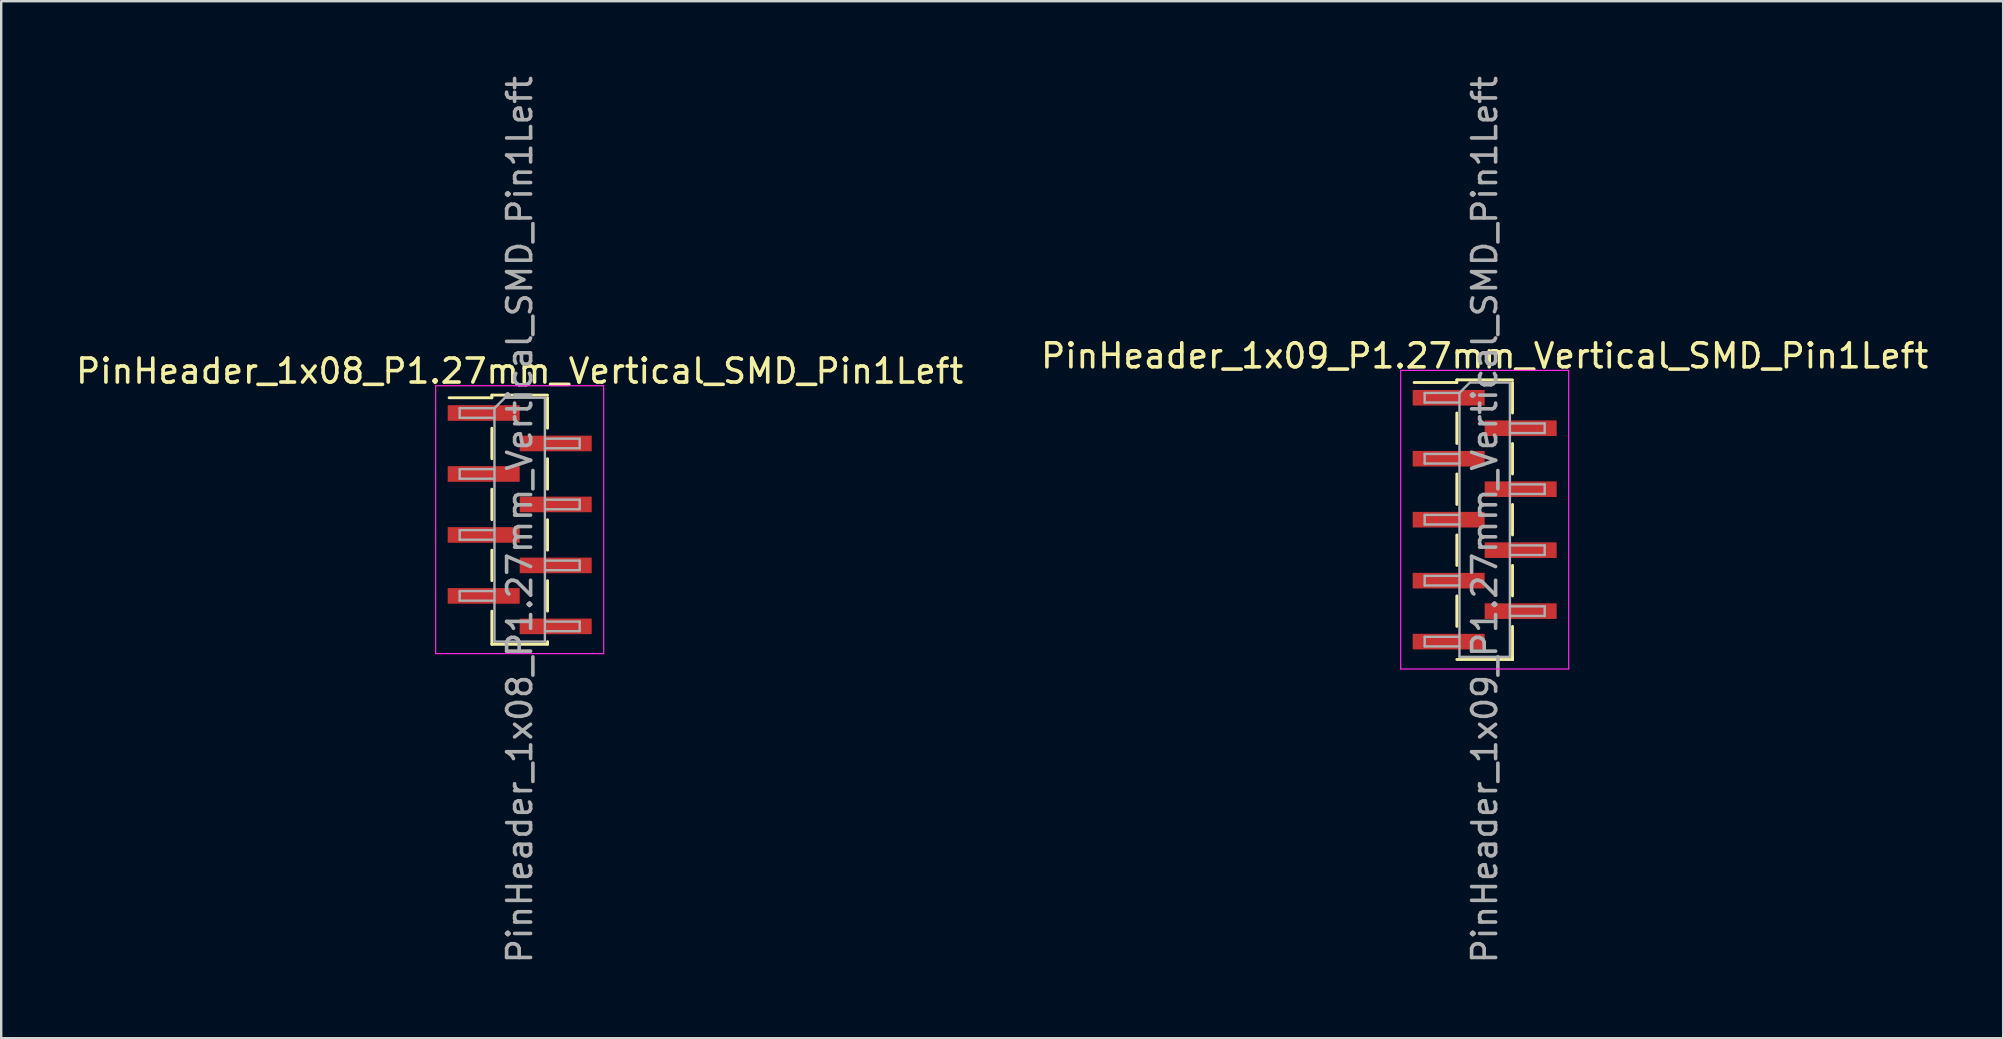
<source format=kicad_pcb>
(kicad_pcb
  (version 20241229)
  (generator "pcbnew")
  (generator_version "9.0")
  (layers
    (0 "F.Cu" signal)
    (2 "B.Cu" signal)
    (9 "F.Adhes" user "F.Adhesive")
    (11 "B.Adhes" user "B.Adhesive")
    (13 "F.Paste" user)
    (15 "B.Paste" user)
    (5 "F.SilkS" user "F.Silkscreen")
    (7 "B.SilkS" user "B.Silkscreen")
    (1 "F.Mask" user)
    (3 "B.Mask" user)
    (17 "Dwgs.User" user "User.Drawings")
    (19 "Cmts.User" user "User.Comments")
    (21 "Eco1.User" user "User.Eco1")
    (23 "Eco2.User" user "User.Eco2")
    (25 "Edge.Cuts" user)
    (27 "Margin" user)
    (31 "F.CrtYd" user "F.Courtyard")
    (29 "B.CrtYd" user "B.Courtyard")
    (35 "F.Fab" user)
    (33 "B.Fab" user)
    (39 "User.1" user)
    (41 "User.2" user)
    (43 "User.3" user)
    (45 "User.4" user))
  (footprint "PinHeader_1x08_P1.27mm_Vertical_SMD_Pin1Left"
    (layer "F.Cu")
    (at 18.601 18.601)
    (property "Reference" "PinHeader_1x08_P1.27mm_Vertical_SMD_Pin1Left" (at 0 -6.19 0) (layer "F.SilkS") (effects (font (size 1 1) (thickness 0.15))))
    (attr smd)
    (fp_line (start -1.16 -5.19) (end -1.16 -5.08) (stroke (width 0.12) (type solid)) (layer "F.SilkS"))
    (fp_line (start -1.16 -5.19) (end 1.16 -5.19) (stroke (width 0.12) (type solid)) (layer "F.SilkS"))
    (fp_line (start -1.16 -5.08) (end -2.94 -5.08) (stroke (width 0.12) (type solid)) (layer "F.SilkS"))
    (fp_line (start -1.16 -3.81) (end -1.16 -2.54) (stroke (width 0.12) (type solid)) (layer "F.SilkS"))
    (fp_line (start -1.16 -1.27) (end -1.16 0) (stroke (width 0.12) (type solid)) (layer "F.SilkS"))
    (fp_line (start -1.16 1.27) (end -1.16 2.54) (stroke (width 0.12) (type solid)) (layer "F.SilkS"))
    (fp_line (start -1.16 3.81) (end -1.16 5.19) (stroke (width 0.12) (type solid)) (layer "F.SilkS"))
    (fp_line (start -1.16 5.19) (end 1.16 5.19) (stroke (width 0.12) (type solid)) (layer "F.SilkS"))
    (fp_line (start 1.16 -5.08) (end 1.16 -3.81) (stroke (width 0.12) (type solid)) (layer "F.SilkS"))
    (fp_line (start 1.16 -2.54) (end 1.16 -1.27) (stroke (width 0.12) (type solid)) (layer "F.SilkS"))
    (fp_line (start 1.16 0) (end 1.16 1.27) (stroke (width 0.12) (type solid)) (layer "F.SilkS"))
    (fp_line (start 1.16 2.54) (end 1.16 3.81) (stroke (width 0.12) (type solid)) (layer "F.SilkS"))
    (fp_line (start 1.16 5.08) (end 1.16 5.19) (stroke (width 0.12) (type solid)) (layer "F.SilkS"))
    (fp_line (start -3.5 -5.58) (end -3.5 5.58) (stroke (width 0.05) (type solid)) (layer "F.CrtYd"))
    (fp_line (start -3.5 5.58) (end 3.5 5.58) (stroke (width 0.05) (type solid)) (layer "F.CrtYd"))
    (fp_line (start 3.5 -5.58) (end -3.5 -5.58) (stroke (width 0.05) (type solid)) (layer "F.CrtYd"))
    (fp_line (start 3.5 5.58) (end 3.5 -5.58) (stroke (width 0.05) (type solid)) (layer "F.CrtYd"))
    (fp_line (start -2.5 -4.645) (end -2.5 -4.245) (stroke (width 0.1) (type solid)) (layer "F.Fab"))
    (fp_line (start -2.5 -4.245) (end -1.05 -4.245) (stroke (width 0.1) (type solid)) (layer "F.Fab"))
    (fp_line (start -2.5 -2.105) (end -2.5 -1.705) (stroke (width 0.1) (type solid)) (layer "F.Fab"))
    (fp_line (start -2.5 -1.705) (end -1.05 -1.705) (stroke (width 0.1) (type solid)) (layer "F.Fab"))
    (fp_line (start -2.5 0.435) (end -2.5 0.835) (stroke (width 0.1) (type solid)) (layer "F.Fab"))
    (fp_line (start -2.5 0.835) (end -1.05 0.835) (stroke (width 0.1) (type solid)) (layer "F.Fab"))
    (fp_line (start -2.5 2.975) (end -2.5 3.375) (stroke (width 0.1) (type solid)) (layer "F.Fab"))
    (fp_line (start -2.5 3.375) (end -1.05 3.375) (stroke (width 0.1) (type solid)) (layer "F.Fab"))
    (fp_line (start -1.05 -4.645) (end -2.5 -4.645) (stroke (width 0.1) (type solid)) (layer "F.Fab"))
    (fp_line (start -1.05 -4.645) (end -0.615 -5.08) (stroke (width 0.1) (type solid)) (layer "F.Fab"))
    (fp_line (start -1.05 -2.105) (end -2.5 -2.105) (stroke (width 0.1) (type solid)) (layer "F.Fab"))
    (fp_line (start -1.05 0.435) (end -2.5 0.435) (stroke (width 0.1) (type solid)) (layer "F.Fab"))
    (fp_line (start -1.05 2.975) (end -2.5 2.975) (stroke (width 0.1) (type solid)) (layer "F.Fab"))
    (fp_line (start -1.05 5.08) (end -1.05 -4.645) (stroke (width 0.1) (type solid)) (layer "F.Fab"))
    (fp_line (start -0.615 -5.08) (end 1.05 -5.08) (stroke (width 0.1) (type solid)) (layer "F.Fab"))
    (fp_line (start 1.05 -5.08) (end 1.05 5.08) (stroke (width 0.1) (type solid)) (layer "F.Fab"))
    (fp_line (start 1.05 -3.375) (end 2.5 -3.375) (stroke (width 0.1) (type solid)) (layer "F.Fab"))
    (fp_line (start 1.05 -0.835) (end 2.5 -0.835) (stroke (width 0.1) (type solid)) (layer "F.Fab"))
    (fp_line (start 1.05 1.705) (end 2.5 1.705) (stroke (width 0.1) (type solid)) (layer "F.Fab"))
    (fp_line (start 1.05 4.245) (end 2.5 4.245) (stroke (width 0.1) (type solid)) (layer "F.Fab"))
    (fp_line (start 1.05 5.08) (end -1.05 5.08) (stroke (width 0.1) (type solid)) (layer "F.Fab"))
    (fp_line (start 2.5 -3.375) (end 2.5 -2.975) (stroke (width 0.1) (type solid)) (layer "F.Fab"))
    (fp_line (start 2.5 -2.975) (end 1.05 -2.975) (stroke (width 0.1) (type solid)) (layer "F.Fab"))
    (fp_line (start 2.5 -0.835) (end 2.5 -0.435) (stroke (width 0.1) (type solid)) (layer "F.Fab"))
    (fp_line (start 2.5 -0.435) (end 1.05 -0.435) (stroke (width 0.1) (type solid)) (layer "F.Fab"))
    (fp_line (start 2.5 1.705) (end 2.5 2.105) (stroke (width 0.1) (type solid)) (layer "F.Fab"))
    (fp_line (start 2.5 2.105) (end 1.05 2.105) (stroke (width 0.1) (type solid)) (layer "F.Fab"))
    (fp_line (start 2.5 4.245) (end 2.5 4.645) (stroke (width 0.1) (type solid)) (layer "F.Fab"))
    (fp_line (start 2.5 4.645) (end 1.05 4.645) (stroke (width 0.1) (type solid)) (layer "F.Fab"))
    (fp_text user "${REFERENCE}" (at 0 0 90) (layer "F.Fab") (effects (font (size 1 1) (thickness 0.15))))
    (pad "1" smd rect (at -1.5 -4.445) (size 3 0.65) (layers "F.Cu" "F.Mask" "F.Paste"))
    (pad "2" smd rect (at 1.5 -3.175) (size 3 0.65) (layers "F.Cu" "F.Mask" "F.Paste"))
    (pad "3" smd rect (at -1.5 -1.905) (size 3 0.65) (layers "F.Cu" "F.Mask" "F.Paste"))
    (pad "4" smd rect (at 1.5 -0.635) (size 3 0.65) (layers "F.Cu" "F.Mask" "F.Paste"))
    (pad "5" smd rect (at -1.5 0.635) (size 3 0.65) (layers "F.Cu" "F.Mask" "F.Paste"))
    (pad "6" smd rect (at 1.5 1.905) (size 3 0.65) (layers "F.Cu" "F.Mask" "F.Paste"))
    (pad "7" smd rect (at -1.5 3.175) (size 3 0.65) (layers "F.Cu" "F.Mask" "F.Paste"))
    (pad "8" smd rect (at 1.5 4.445) (size 3 0.65) (layers "F.Cu" "F.Mask" "F.Paste")))
  (footprint "PinHeader_1x09_P1.27mm_Vertical_SMD_Pin1Left"
    (layer "F.Cu")
    (at 58.804 18.601)
    (property "Reference" "PinHeader_1x09_P1.27mm_Vertical_SMD_Pin1Left" (at 0 -6.825 0) (layer "F.SilkS") (effects (font (size 1 1) (thickness 0.15))))
    (attr smd)
    (fp_line (start -1.16 -5.825) (end -1.16 -5.715) (stroke (width 0.12) (type solid)) (layer "F.SilkS"))
    (fp_line (start -1.16 -5.825) (end 1.16 -5.825) (stroke (width 0.12) (type solid)) (layer "F.SilkS"))
    (fp_line (start -1.16 -5.715) (end -2.94 -5.715) (stroke (width 0.12) (type solid)) (layer "F.SilkS"))
    (fp_line (start -1.16 -4.445) (end -1.16 -3.175) (stroke (width 0.12) (type solid)) (layer "F.SilkS"))
    (fp_line (start -1.16 -1.905) (end -1.16 -0.635) (stroke (width 0.12) (type solid)) (layer "F.SilkS"))
    (fp_line (start -1.16 0.635) (end -1.16 1.905) (stroke (width 0.12) (type solid)) (layer "F.SilkS"))
    (fp_line (start -1.16 3.175) (end -1.16 4.445) (stroke (width 0.12) (type solid)) (layer "F.SilkS"))
    (fp_line (start -1.16 5.825) (end 1.16 5.825) (stroke (width 0.12) (type solid)) (layer "F.SilkS"))
    (fp_line (start 1.16 -5.715) (end 1.16 -4.445) (stroke (width 0.12) (type solid)) (layer "F.SilkS"))
    (fp_line (start 1.16 -3.175) (end 1.16 -1.905) (stroke (width 0.12) (type solid)) (layer "F.SilkS"))
    (fp_line (start 1.16 -0.635) (end 1.16 0.635) (stroke (width 0.12) (type solid)) (layer "F.SilkS"))
    (fp_line (start 1.16 1.905) (end 1.16 3.175) (stroke (width 0.12) (type solid)) (layer "F.SilkS"))
    (fp_line (start 1.16 4.445) (end 1.16 5.825) (stroke (width 0.12) (type solid)) (layer "F.SilkS"))
    (fp_line (start 1.16 5.715) (end 1.16 5.825) (stroke (width 0.12) (type solid)) (layer "F.SilkS"))
    (fp_line (start -3.5 -6.22) (end -3.5 6.22) (stroke (width 0.05) (type solid)) (layer "F.CrtYd"))
    (fp_line (start -3.5 6.22) (end 3.5 6.22) (stroke (width 0.05) (type solid)) (layer "F.CrtYd"))
    (fp_line (start 3.5 -6.22) (end -3.5 -6.22) (stroke (width 0.05) (type solid)) (layer "F.CrtYd"))
    (fp_line (start 3.5 6.22) (end 3.5 -6.22) (stroke (width 0.05) (type solid)) (layer "F.CrtYd"))
    (fp_line (start -2.5 -5.28) (end -2.5 -4.88) (stroke (width 0.1) (type solid)) (layer "F.Fab"))
    (fp_line (start -2.5 -4.88) (end -1.05 -4.88) (stroke (width 0.1) (type solid)) (layer "F.Fab"))
    (fp_line (start -2.5 -2.74) (end -2.5 -2.34) (stroke (width 0.1) (type solid)) (layer "F.Fab"))
    (fp_line (start -2.5 -2.34) (end -1.05 -2.34) (stroke (width 0.1) (type solid)) (layer "F.Fab"))
    (fp_line (start -2.5 -0.2) (end -2.5 0.2) (stroke (width 0.1) (type solid)) (layer "F.Fab"))
    (fp_line (start -2.5 0.2) (end -1.05 0.2) (stroke (width 0.1) (type solid)) (layer "F.Fab"))
    (fp_line (start -2.5 2.34) (end -2.5 2.74) (stroke (width 0.1) (type solid)) (layer "F.Fab"))
    (fp_line (start -2.5 2.74) (end -1.05 2.74) (stroke (width 0.1) (type solid)) (layer "F.Fab"))
    (fp_line (start -2.5 4.88) (end -2.5 5.28) (stroke (width 0.1) (type solid)) (layer "F.Fab"))
    (fp_line (start -2.5 5.28) (end -1.05 5.28) (stroke (width 0.1) (type solid)) (layer "F.Fab"))
    (fp_line (start -1.05 -5.28) (end -2.5 -5.28) (stroke (width 0.1) (type solid)) (layer "F.Fab"))
    (fp_line (start -1.05 -5.28) (end -0.615 -5.715) (stroke (width 0.1) (type solid)) (layer "F.Fab"))
    (fp_line (start -1.05 -2.74) (end -2.5 -2.74) (stroke (width 0.1) (type solid)) (layer "F.Fab"))
    (fp_line (start -1.05 -0.2) (end -2.5 -0.2) (stroke (width 0.1) (type solid)) (layer "F.Fab"))
    (fp_line (start -1.05 2.34) (end -2.5 2.34) (stroke (width 0.1) (type solid)) (layer "F.Fab"))
    (fp_line (start -1.05 4.88) (end -2.5 4.88) (stroke (width 0.1) (type solid)) (layer "F.Fab"))
    (fp_line (start -1.05 5.715) (end -1.05 -5.28) (stroke (width 0.1) (type solid)) (layer "F.Fab"))
    (fp_line (start -0.615 -5.715) (end 1.05 -5.715) (stroke (width 0.1) (type solid)) (layer "F.Fab"))
    (fp_line (start 1.05 -5.715) (end 1.05 5.715) (stroke (width 0.1) (type solid)) (layer "F.Fab"))
    (fp_line (start 1.05 -4.01) (end 2.5 -4.01) (stroke (width 0.1) (type solid)) (layer "F.Fab"))
    (fp_line (start 1.05 -1.47) (end 2.5 -1.47) (stroke (width 0.1) (type solid)) (layer "F.Fab"))
    (fp_line (start 1.05 1.07) (end 2.5 1.07) (stroke (width 0.1) (type solid)) (layer "F.Fab"))
    (fp_line (start 1.05 3.61) (end 2.5 3.61) (stroke (width 0.1) (type solid)) (layer "F.Fab"))
    (fp_line (start 1.05 5.715) (end -1.05 5.715) (stroke (width 0.1) (type solid)) (layer "F.Fab"))
    (fp_line (start 2.5 -4.01) (end 2.5 -3.61) (stroke (width 0.1) (type solid)) (layer "F.Fab"))
    (fp_line (start 2.5 -3.61) (end 1.05 -3.61) (stroke (width 0.1) (type solid)) (layer "F.Fab"))
    (fp_line (start 2.5 -1.47) (end 2.5 -1.07) (stroke (width 0.1) (type solid)) (layer "F.Fab"))
    (fp_line (start 2.5 -1.07) (end 1.05 -1.07) (stroke (width 0.1) (type solid)) (layer "F.Fab"))
    (fp_line (start 2.5 1.07) (end 2.5 1.47) (stroke (width 0.1) (type solid)) (layer "F.Fab"))
    (fp_line (start 2.5 1.47) (end 1.05 1.47) (stroke (width 0.1) (type solid)) (layer "F.Fab"))
    (fp_line (start 2.5 3.61) (end 2.5 4.01) (stroke (width 0.1) (type solid)) (layer "F.Fab"))
    (fp_line (start 2.5 4.01) (end 1.05 4.01) (stroke (width 0.1) (type solid)) (layer "F.Fab"))
    (fp_text user "${REFERENCE}" (at 0 0 90) (layer "F.Fab") (effects (font (size 1 1) (thickness 0.15))))
    (pad "1" smd rect (at -1.5 -5.08) (size 3 0.65) (layers "F.Cu" "F.Mask" "F.Paste"))
    (pad "2" smd rect (at 1.5 -3.81) (size 3 0.65) (layers "F.Cu" "F.Mask" "F.Paste"))
    (pad "3" smd rect (at -1.5 -2.54) (size 3 0.65) (layers "F.Cu" "F.Mask" "F.Paste"))
    (pad "4" smd rect (at 1.5 -1.27) (size 3 0.65) (layers "F.Cu" "F.Mask" "F.Paste"))
    (pad "5" smd rect (at -1.5 0) (size 3 0.65) (layers "F.Cu" "F.Mask" "F.Paste"))
    (pad "6" smd rect (at 1.5 1.27) (size 3 0.65) (layers "F.Cu" "F.Mask" "F.Paste"))
    (pad "7" smd rect (at -1.5 2.54) (size 3 0.65) (layers "F.Cu" "F.Mask" "F.Paste"))
    (pad "8" smd rect (at 1.5 3.81) (size 3 0.65) (layers "F.Cu" "F.Mask" "F.Paste"))
    (pad "9" smd rect (at -1.5 5.08) (size 3 0.65) (layers "F.Cu" "F.Mask" "F.Paste")))
  (gr_rect
    (start -3 -3)
    (end 80.405 40.202)
    (stroke (width 0.1) (type default))
    (fill no)
    (layer "Edge.Cuts")))
</source>
